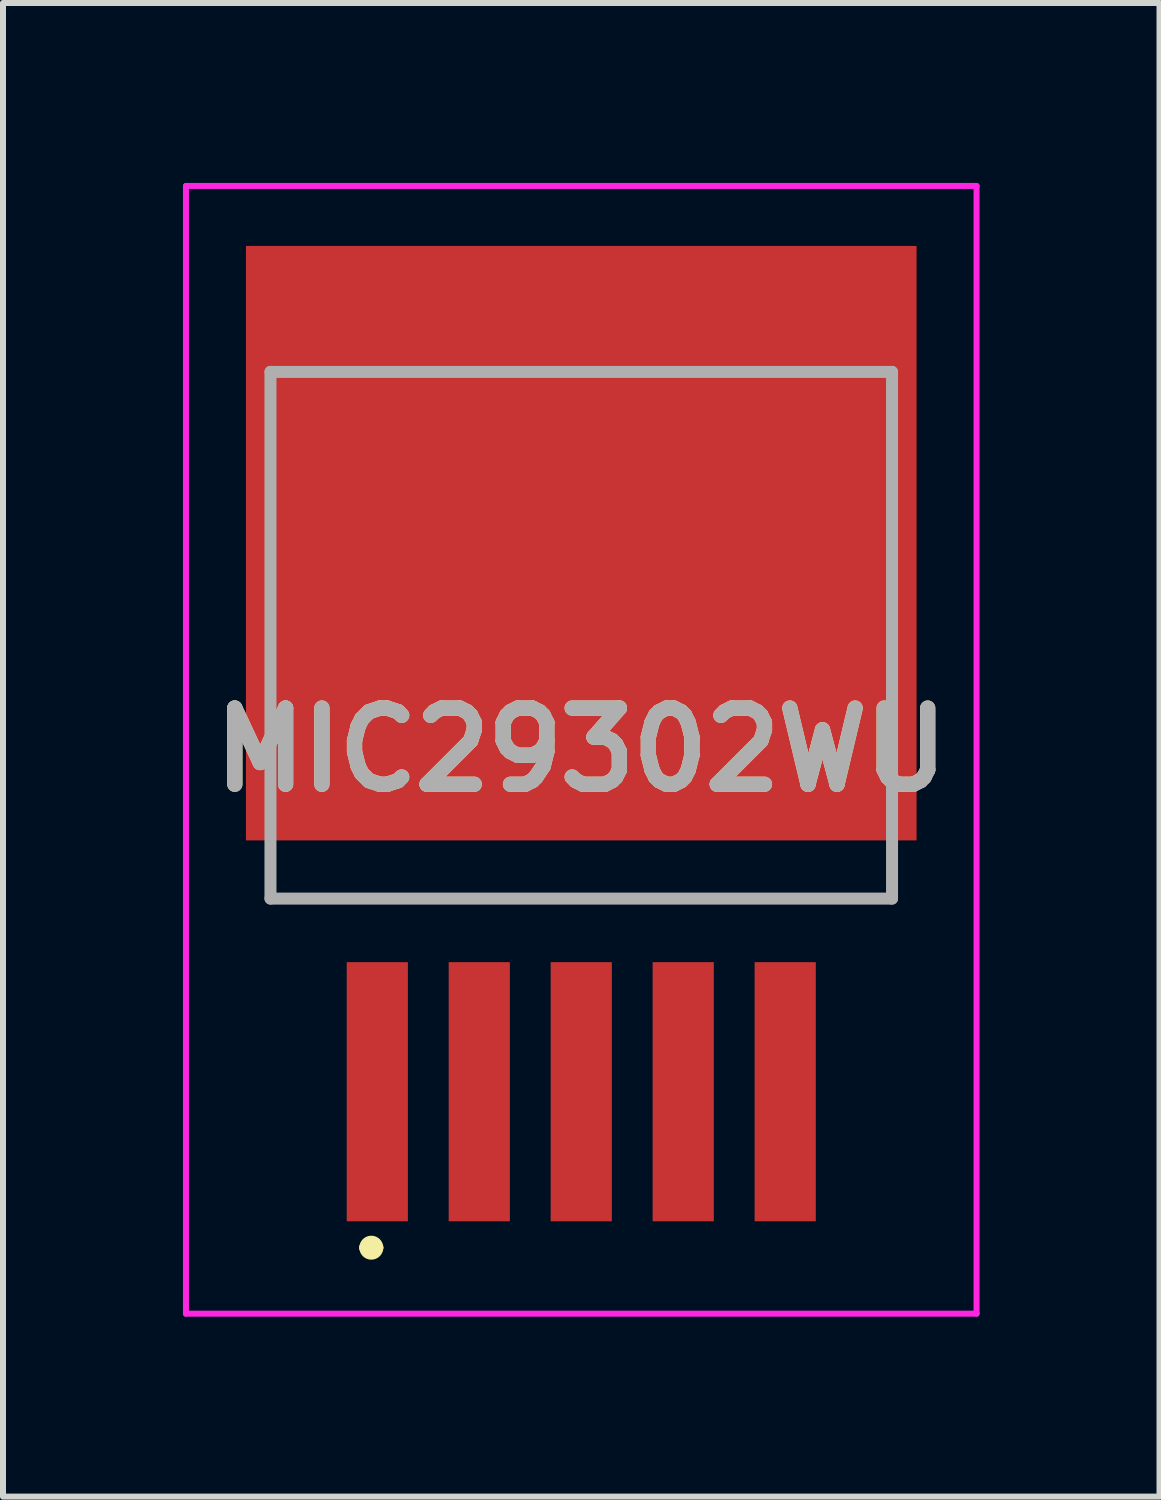
<source format=kicad_pcb>
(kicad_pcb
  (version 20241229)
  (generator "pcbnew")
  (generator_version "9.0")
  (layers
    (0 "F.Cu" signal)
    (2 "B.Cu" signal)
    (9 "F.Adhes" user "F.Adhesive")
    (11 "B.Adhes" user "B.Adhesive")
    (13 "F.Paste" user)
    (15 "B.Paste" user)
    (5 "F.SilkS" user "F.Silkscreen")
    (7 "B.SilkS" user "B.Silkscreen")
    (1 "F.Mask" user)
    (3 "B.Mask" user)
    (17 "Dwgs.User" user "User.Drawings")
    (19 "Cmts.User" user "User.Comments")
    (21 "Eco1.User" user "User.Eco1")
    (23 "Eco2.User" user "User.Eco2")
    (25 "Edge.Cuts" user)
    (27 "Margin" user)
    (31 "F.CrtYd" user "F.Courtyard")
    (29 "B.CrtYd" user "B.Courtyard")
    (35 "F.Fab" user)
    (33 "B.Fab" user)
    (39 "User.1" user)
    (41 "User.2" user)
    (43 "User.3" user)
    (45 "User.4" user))
  (footprint "MIC29302WU"
    (layer "F.Cu")
    (at 6.64 3.15)
    (property "Reference" "MIC29302WU" (at 0 6.3 0) (layer "F.SilkS") (effects (font (size 1.27 1.27) (thickness 0.254))))
    (attr smd)
    (fp_line (start -5.2 8) (end -5.2 8.78) (stroke (width 0.1) (type solid)) (layer "F.SilkS"))
    (fp_line (start -5.2 8.78) (end 5.181 8.78) (stroke (width 0.1) (type solid)) (layer "F.SilkS"))
    (fp_line (start -3.6 14.6) (end -3.6 14.6) (stroke (width 0.2) (type solid)) (layer "F.SilkS"))
    (fp_line (start -3.4 14.6) (end -3.4 14.6) (stroke (width 0.2) (type solid)) (layer "F.SilkS"))
    (fp_line (start 5.181 8.78) (end 5.181 8) (stroke (width 0.1) (type solid)) (layer "F.SilkS"))
    (fp_arc (start -3.6 14.6) (mid -3.5 14.5) (end -3.4 14.6) (stroke (width 0.2) (type solid)) (layer "F.SilkS"))
    (fp_arc (start -3.4 14.6) (mid -3.5 14.7) (end -3.6 14.6) (stroke (width 0.2) (type solid)) (layer "F.SilkS"))
    (fp_line (start -6.59 -3.1) (end 6.59 -3.1) (stroke (width 0.1) (type solid)) (layer "F.CrtYd"))
    (fp_line (start -6.59 15.7) (end -6.59 -3.1) (stroke (width 0.1) (type solid)) (layer "F.CrtYd"))
    (fp_line (start 6.59 -3.1) (end 6.59 15.7) (stroke (width 0.1) (type solid)) (layer "F.CrtYd"))
    (fp_line (start 6.59 15.7) (end -6.59 15.7) (stroke (width 0.1) (type solid)) (layer "F.CrtYd"))
    (fp_line (start -5.181 0) (end 5.181 0) (stroke (width 0.2) (type solid)) (layer "F.Fab"))
    (fp_line (start -5.181 8.78) (end -5.181 0) (stroke (width 0.2) (type solid)) (layer "F.Fab"))
    (fp_line (start 5.181 0) (end 5.181 8.78) (stroke (width 0.2) (type solid)) (layer "F.Fab"))
    (fp_line (start 5.181 8.78) (end -5.181 8.78) (stroke (width 0.2) (type solid)) (layer "F.Fab"))
    (fp_text user "${REFERENCE}" (at 0 6.3 0) (layer "F.Fab") (effects (font (size 1.27 1.27) (thickness 0.254))))
    (pad "1" smd rect (at -3.4 12) (size 1.02 4.32) (layers "F.Cu" "F.Mask" "F.Paste"))
    (pad "2" smd rect (at -1.7 12) (size 1.02 4.32) (layers "F.Cu" "F.Mask" "F.Paste"))
    (pad "3" smd rect (at 0 12) (size 1.02 4.32) (layers "F.Cu" "F.Mask" "F.Paste"))
    (pad "4" smd rect (at 1.7 12) (size 1.02 4.32) (layers "F.Cu" "F.Mask" "F.Paste"))
    (pad "5" smd rect (at 3.4 12) (size 1.02 4.32) (layers "F.Cu" "F.Mask" "F.Paste"))
    (pad "6" smd rect (at 0 2.855 90) (size 9.91 11.18) (layers "F.Cu" "F.Mask" "F.Paste")))
  (gr_rect
    (start -3 -3)
    (end 16.28 21.9)
    (stroke (width 0.1) (type default))
    (fill no)
    (layer "Edge.Cuts")))
</source>
